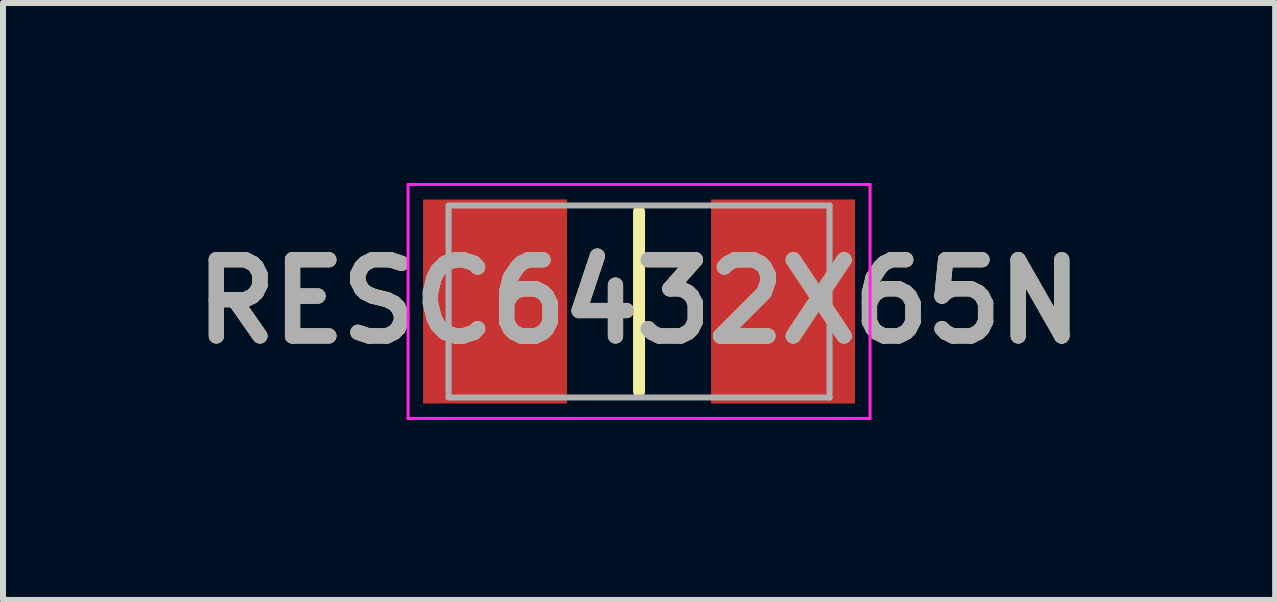
<source format=kicad_pcb>
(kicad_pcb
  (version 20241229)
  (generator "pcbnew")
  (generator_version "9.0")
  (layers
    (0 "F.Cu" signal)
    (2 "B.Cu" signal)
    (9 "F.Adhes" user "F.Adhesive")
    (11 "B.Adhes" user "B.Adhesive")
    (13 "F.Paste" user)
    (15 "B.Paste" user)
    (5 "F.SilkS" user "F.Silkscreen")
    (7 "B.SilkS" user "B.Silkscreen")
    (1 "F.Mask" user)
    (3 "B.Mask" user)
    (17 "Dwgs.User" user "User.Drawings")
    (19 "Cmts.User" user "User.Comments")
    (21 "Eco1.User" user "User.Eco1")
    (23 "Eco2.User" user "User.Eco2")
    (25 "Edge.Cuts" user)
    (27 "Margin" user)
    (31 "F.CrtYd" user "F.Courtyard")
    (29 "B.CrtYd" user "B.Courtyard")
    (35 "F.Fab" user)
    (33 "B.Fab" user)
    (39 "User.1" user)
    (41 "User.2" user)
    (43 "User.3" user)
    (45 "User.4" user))
  (footprint "RESC6432X65N"
    (layer "F.Cu")
    (at 7.602 1.975)
    (property "Reference" "RESC6432X65N" (at 0 0 0) (layer "F.SilkS") (effects (font (size 1.27 1.27) (thickness 0.254))))
    (attr smd)
    (fp_line (start 0 -1.5) (end 0 1.5) (stroke (width 0.2) (type solid)) (layer "F.SilkS"))
    (fp_line (start -3.85 -1.95) (end 3.85 -1.95) (stroke (width 0.05) (type solid)) (layer "F.CrtYd"))
    (fp_line (start -3.85 1.95) (end -3.85 -1.95) (stroke (width 0.05) (type solid)) (layer "F.CrtYd"))
    (fp_line (start 3.85 -1.95) (end 3.85 1.95) (stroke (width 0.05) (type solid)) (layer "F.CrtYd"))
    (fp_line (start 3.85 1.95) (end -3.85 1.95) (stroke (width 0.05) (type solid)) (layer "F.CrtYd"))
    (fp_line (start -3.175 -1.6) (end 3.175 -1.6) (stroke (width 0.1) (type solid)) (layer "F.Fab"))
    (fp_line (start -3.175 1.6) (end -3.175 -1.6) (stroke (width 0.1) (type solid)) (layer "F.Fab"))
    (fp_line (start 3.175 -1.6) (end 3.175 1.6) (stroke (width 0.1) (type solid)) (layer "F.Fab"))
    (fp_line (start 3.175 1.6) (end -3.175 1.6) (stroke (width 0.1) (type solid)) (layer "F.Fab"))
    (fp_text user "${REFERENCE}" (at 0 0 0) (layer "F.Fab") (effects (font (size 1.27 1.27) (thickness 0.254))))
    (pad "1" smd rect (at -2.4 0) (size 2.4 3.4) (layers "F.Cu" "F.Mask" "F.Paste"))
    (pad "2" smd rect (at 2.4 0) (size 2.4 3.4) (layers "F.Cu" "F.Mask" "F.Paste")))
  (gr_rect
    (start -3 -3)
    (end 18.204 6.95)
    (stroke (width 0.1) (type default))
    (fill no)
    (layer "Edge.Cuts")))
</source>
